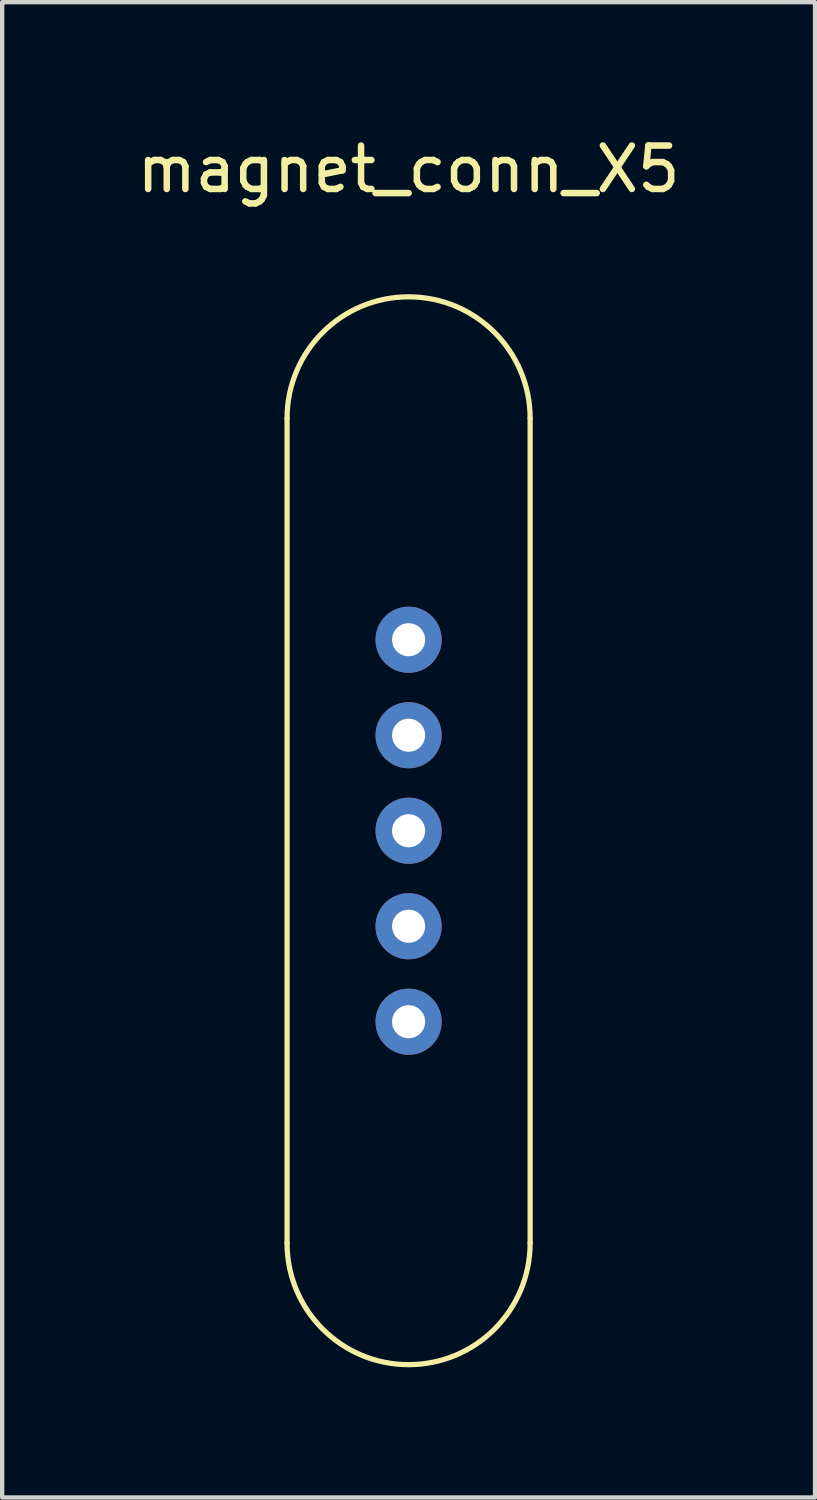
<source format=kicad_pcb>
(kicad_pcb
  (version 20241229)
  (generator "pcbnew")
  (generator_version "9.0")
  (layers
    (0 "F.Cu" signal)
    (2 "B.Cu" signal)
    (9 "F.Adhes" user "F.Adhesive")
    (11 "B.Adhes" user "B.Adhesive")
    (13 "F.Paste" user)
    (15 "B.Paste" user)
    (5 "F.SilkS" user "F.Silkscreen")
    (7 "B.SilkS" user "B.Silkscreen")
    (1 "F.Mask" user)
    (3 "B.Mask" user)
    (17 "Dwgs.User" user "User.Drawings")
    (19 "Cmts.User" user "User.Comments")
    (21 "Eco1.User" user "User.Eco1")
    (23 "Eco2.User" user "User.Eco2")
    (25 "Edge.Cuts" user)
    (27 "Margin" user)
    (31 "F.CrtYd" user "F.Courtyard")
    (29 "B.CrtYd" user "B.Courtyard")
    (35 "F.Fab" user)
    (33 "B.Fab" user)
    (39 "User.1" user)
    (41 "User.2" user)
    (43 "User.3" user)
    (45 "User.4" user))
  (footprint "magnet_conn_X5"
    (layer "F.Cu")
    (at 6.363 16.088)
    (property "Reference" "magnet_conn_X5" (at 0 -15.24 0) (layer "F.SilkS") (effects (font (size 1 1) (thickness 0.15))))
    (attr through_hole)
    (fp_line (start -2.8 -9.5) (end -2.8 9.5) (stroke (width 0.12) (type solid)) (layer "F.SilkS"))
    (fp_line (start 2.8 9.5) (end 2.8 -9.5) (stroke (width 0.12) (type solid)) (layer "F.SilkS"))
    (fp_arc (start -2.8 -9.5) (mid 0 -12.3) (end 2.8 -9.5) (stroke (width 0.12) (type solid)) (layer "F.SilkS"))
    (fp_arc (start 2.8 9.5) (mid 0 12.3) (end -2.8 9.5) (stroke (width 0.12) (type solid)) (layer "F.SilkS"))
    (pad "1" thru_hole circle (at 0 -4.4) (size 1.524 1.524) (drill 0.762) (layers "*.Cu" "*.Mask"))
    (pad "2" thru_hole circle (at 0 -2.2) (size 1.524 1.524) (drill 0.762) (layers "*.Cu" "*.Mask"))
    (pad "3" thru_hole circle (at 0 0) (size 1.524 1.524) (drill 0.762) (layers "*.Cu" "*.Mask"))
    (pad "4" thru_hole circle (at 0 2.2) (size 1.524 1.524) (drill 0.762) (layers "*.Cu" "*.Mask"))
    (pad "5" thru_hole circle (at 0 4.4) (size 1.524 1.524) (drill 0.762) (layers "*.Cu" "*.Mask")))
  (gr_rect
    (start -3 -3)
    (end 15.726 31.448)
    (stroke (width 0.1) (type default))
    (fill no)
    (layer "Edge.Cuts")))
</source>
